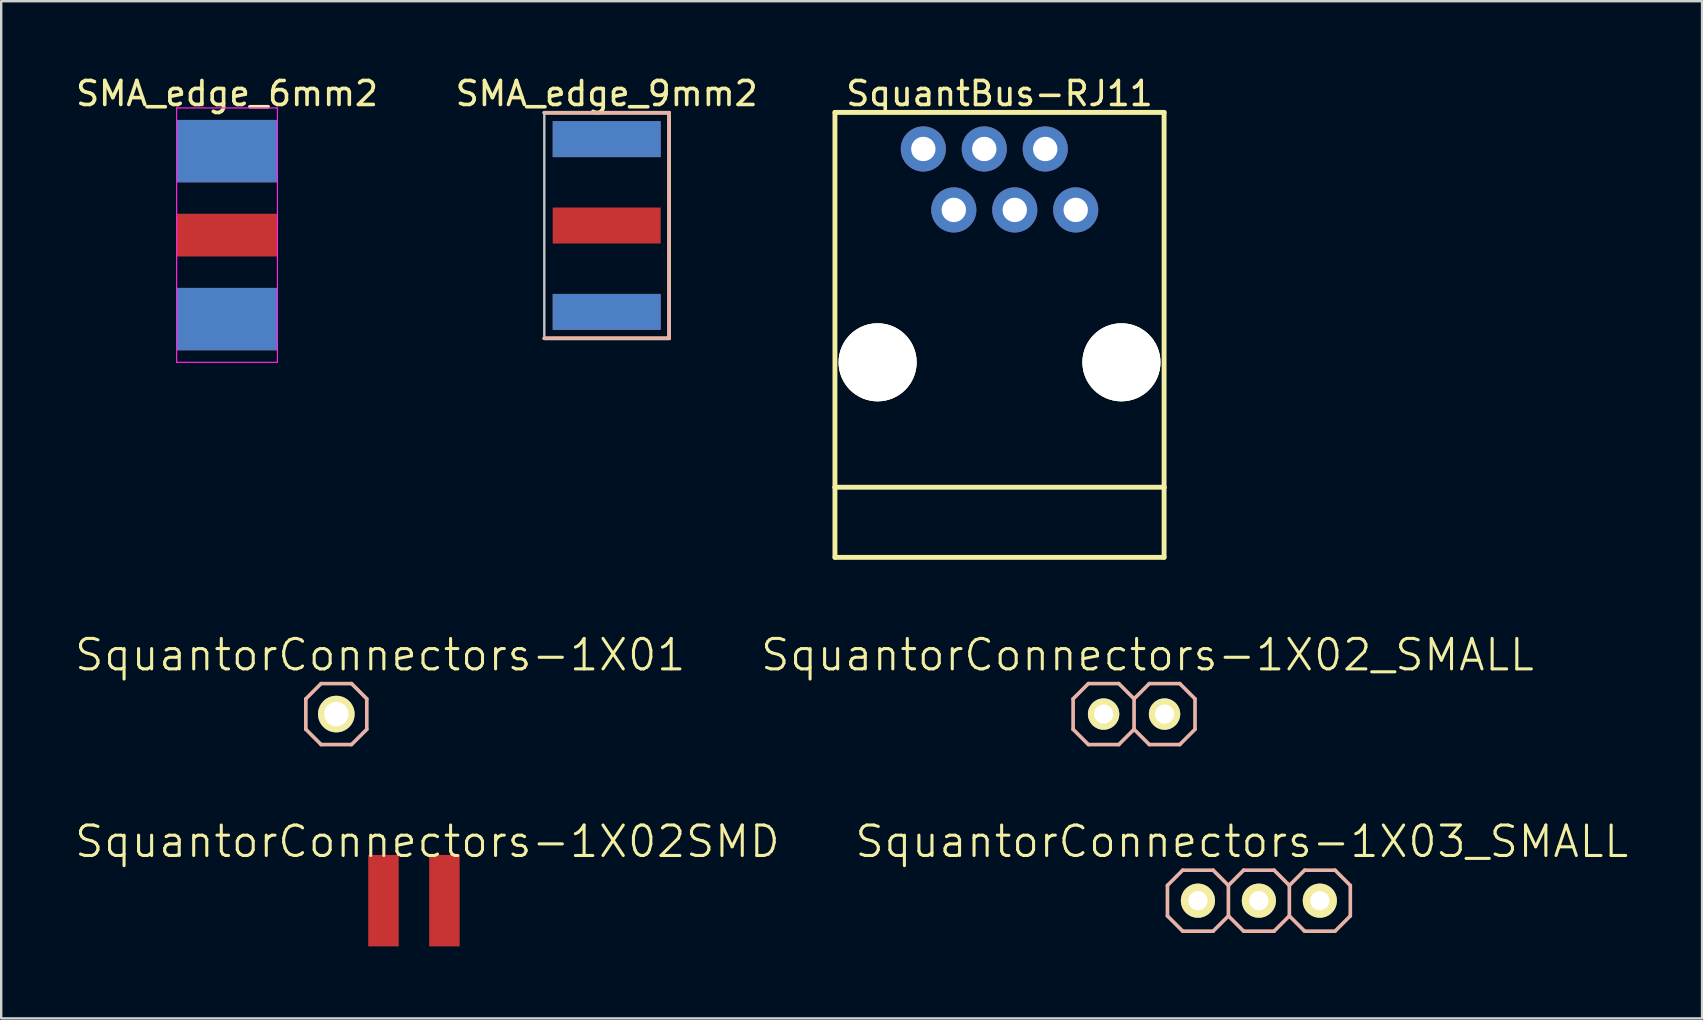
<source format=kicad_pcb>
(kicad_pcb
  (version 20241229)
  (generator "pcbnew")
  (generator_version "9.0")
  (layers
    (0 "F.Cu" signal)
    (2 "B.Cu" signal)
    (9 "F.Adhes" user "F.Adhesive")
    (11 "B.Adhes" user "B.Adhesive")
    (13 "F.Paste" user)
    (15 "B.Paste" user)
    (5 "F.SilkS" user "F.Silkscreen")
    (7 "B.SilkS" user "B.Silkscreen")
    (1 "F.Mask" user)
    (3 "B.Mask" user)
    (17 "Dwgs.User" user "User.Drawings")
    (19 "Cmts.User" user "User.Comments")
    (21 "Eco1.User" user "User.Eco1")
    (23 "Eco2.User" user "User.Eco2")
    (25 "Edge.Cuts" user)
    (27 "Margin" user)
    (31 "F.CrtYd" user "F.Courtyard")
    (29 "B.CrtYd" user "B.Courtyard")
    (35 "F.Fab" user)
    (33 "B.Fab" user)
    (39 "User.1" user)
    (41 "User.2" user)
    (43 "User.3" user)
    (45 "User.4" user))
  (footprint "SMA_edge_6mm2"
    (layer "F.Cu")
    (at 6.411 6.748)
    (property "Reference" "SMA_edge_6mm2" (at 0 -5.9 0) (layer "F.SilkS") (effects (font (size 1 1) (thickness 0.15))))
    (attr through_hole)
    (fp_line (start -2.1 -5.3) (end -2.1 5.3) (stroke (width 0.05) (type solid)) (layer "F.CrtYd"))
    (fp_line (start -2.1 5.3) (end 2.1 5.3) (stroke (width 0.05) (type solid)) (layer "F.CrtYd"))
    (fp_line (start 2.1 -5.3) (end -2.1 -5.3) (stroke (width 0.05) (type solid)) (layer "F.CrtYd"))
    (fp_line (start 2.1 5.3) (end 2.1 -5.3) (stroke (width 0.05) (type solid)) (layer "F.CrtYd"))
    (pad "1" smd rect (at 0 0) (size 4.19 1.78) (layers "F.Cu" "F.Mask" "F.Paste"))
    (pad "2" smd rect (at 0 -3.5) (size 4.19 2.6) (layers "F.Cu" "F.Mask" "F.Paste"))
    (pad "2" smd rect (at 0 -3.5) (size 4.19 2.6) (layers "B.Cu" "B.Mask" "B.Paste"))
    (pad "2" smd rect (at 0 3.5) (size 4.19 2.6) (layers "F.Cu" "F.Mask" "F.Paste"))
    (pad "2" smd rect (at 0 3.5) (size 4.19 2.6) (layers "B.Cu" "B.Mask" "B.Paste")))
  (footprint "SMA_edge_9mm2"
    (layer "F.Cu")
    (at 22.232 6.348)
    (property "Reference" "SMA_edge_9mm2" (at 0 -5.5 0) (layer "F.SilkS") (effects (font (size 1 1) (thickness 0.15))))
    (attr through_hole)
    (fp_line (start -2.6 -4.7) (end 2.6 -4.7) (stroke (width 0.15) (type solid)) (layer "F.SilkS"))
    (fp_line (start 2.6 -4.7) (end 2.6 4.7) (stroke (width 0.15) (type solid)) (layer "F.SilkS"))
    (fp_line (start 2.6 4.7) (end -2.6 4.7) (stroke (width 0.15) (type solid)) (layer "F.SilkS"))
    (fp_line (start -2.6 -4.7) (end 2.6 -4.7) (stroke (width 0.15) (type solid)) (layer "B.SilkS"))
    (fp_line (start 2.6 -4.7) (end 2.6 4.7) (stroke (width 0.15) (type solid)) (layer "B.SilkS"))
    (fp_line (start 2.6 4.7) (end -2.6 4.7) (stroke (width 0.15) (type solid)) (layer "B.SilkS"))
    (fp_line (start -2.6 -4.7) (end -2.6 4.6) (stroke (width 0.1) (type solid)) (layer "Dwgs.User"))
    (pad "1" smd rect (at 0 0) (size 4.5 1.5) (layers "F.Cu" "F.Mask" "F.Paste"))
    (pad "2" smd rect (at 0 -3.6) (size 4.5 1.5) (layers "F.Cu" "F.Mask" "F.Paste"))
    (pad "2" smd rect (at 0 -3.6) (size 4.5 1.5) (layers "B.Cu" "B.Mask" "B.Paste"))
    (pad "2" smd rect (at 0 3.6) (size 4.5 1.5) (layers "F.Cu" "F.Mask" "F.Paste"))
    (pad "2" smd rect (at 0 3.6) (size 4.5 1.5) (layers "B.Cu" "B.Mask" "B.Paste")))
  (footprint "SquantBus-RJ11"
    (layer "F.Cu")
    (at 38.602 12.048)
    (property "Reference" "SquantBus-RJ11" (at 0 -11.2 0) (layer "F.SilkS") (effects (font (size 1 1) (thickness 0.15))))
    (attr exclude_from_pos_files exclude_from_bom)
    (fp_line (start -6.858 -10.414) (end -6.858 5.207) (stroke (width 0.203) (type solid)) (layer "F.SilkS"))
    (fp_line (start -6.858 5.207) (end -6.858 8.128) (stroke (width 0.203) (type solid)) (layer "F.SilkS"))
    (fp_line (start -6.858 8.128) (end 6.858 8.128) (stroke (width 0.203) (type solid)) (layer "F.SilkS"))
    (fp_line (start 6.858 -10.414) (end -6.858 -10.414) (stroke (width 0.203) (type solid)) (layer "F.SilkS"))
    (fp_line (start 6.858 5.207) (end -6.858 5.207) (stroke (width 0.203) (type solid)) (layer "F.SilkS"))
    (fp_line (start 6.858 5.207) (end 6.858 -10.414) (stroke (width 0.203) (type solid)) (layer "F.SilkS"))
    (fp_line (start 6.858 8.128) (end 6.858 5.207) (stroke (width 0.203) (type solid)) (layer "F.SilkS"))
    (pad "1" thru_hole circle (at -3.175 -8.89) (size 1.88 1.88) (drill 1.016) (layers "*.Cu" "*.Mask"))
    (pad "2" thru_hole circle (at -1.905 -6.35) (size 1.88 1.88) (drill 1.016) (layers "*.Cu" "*.Mask"))
    (pad "3" thru_hole circle (at -0.635 -8.89) (size 1.88 1.88) (drill 1.016) (layers "*.Cu" "*.Mask"))
    (pad "4" thru_hole circle (at 0.635 -6.35) (size 1.88 1.88) (drill 1.016) (layers "*.Cu" "*.Mask"))
    (pad "5" thru_hole circle (at 1.905 -8.89) (size 1.88 1.88) (drill 1.016) (layers "*.Cu" "*.Mask"))
    (pad "6" thru_hole circle (at 3.175 -6.35) (size 1.88 1.88) (drill 1.016) (layers "*.Cu" "*.Mask"))
    (pad "MOUN" thru_hole circle (at -5.08 0) (size 3.251 3.251) (drill 3.251) (layers "*.Cu" "*.Mask" "F.SilkS"))
    (pad "MOUN" thru_hole circle (at 5.08 0) (size 3.251 3.251) (drill 3.251) (layers "*.Cu" "*.Mask" "F.SilkS")))
  (footprint "SquantorConnectors-1X03_SMALL"
    (layer "F.Cu")
    (at 49.41 34.483)
    (property "Reference" "SquantorConnectors-1X03_SMALL" (at -0.711 -2.464 0) (layer "F.SilkS") (effects (font (size 1.27 1.27) (thickness 0.127))))
    (attr exclude_from_pos_files exclude_from_bom)
    (fp_line (start -2.794 -0.254) (end -2.286 -0.254) (stroke (width 0.066) (type solid)) (layer "F.SilkS"))
    (fp_line (start -2.794 0.254) (end -2.794 -0.254) (stroke (width 0.066) (type solid)) (layer "F.SilkS"))
    (fp_line (start -2.794 0.254) (end -2.286 0.254) (stroke (width 0.066) (type solid)) (layer "F.SilkS"))
    (fp_line (start -2.286 0.254) (end -2.286 -0.254) (stroke (width 0.066) (type solid)) (layer "F.SilkS"))
    (fp_line (start -0.254 -0.254) (end 0.254 -0.254) (stroke (width 0.066) (type solid)) (layer "F.SilkS"))
    (fp_line (start -0.254 0.254) (end -0.254 -0.254) (stroke (width 0.066) (type solid)) (layer "F.SilkS"))
    (fp_line (start -0.254 0.254) (end 0.254 0.254) (stroke (width 0.066) (type solid)) (layer "F.SilkS"))
    (fp_line (start 0.254 0.254) (end 0.254 -0.254) (stroke (width 0.066) (type solid)) (layer "F.SilkS"))
    (fp_line (start 2.286 -0.254) (end 2.794 -0.254) (stroke (width 0.066) (type solid)) (layer "F.SilkS"))
    (fp_line (start 2.286 0.254) (end 2.286 -0.254) (stroke (width 0.066) (type solid)) (layer "F.SilkS"))
    (fp_line (start 2.286 0.254) (end 2.794 0.254) (stroke (width 0.066) (type solid)) (layer "F.SilkS"))
    (fp_line (start 2.794 0.254) (end 2.794 -0.254) (stroke (width 0.066) (type solid)) (layer "F.SilkS"))
    (fp_line (start -3.81 -0.635) (end -3.81 0.635) (stroke (width 0.152) (type solid)) (layer "B.SilkS"))
    (fp_line (start -3.81 0.635) (end -3.175 1.27) (stroke (width 0.152) (type solid)) (layer "B.SilkS"))
    (fp_line (start -3.175 -1.27) (end -3.81 -0.635) (stroke (width 0.152) (type solid)) (layer "B.SilkS"))
    (fp_line (start -3.175 -1.27) (end -1.905 -1.27) (stroke (width 0.152) (type solid)) (layer "B.SilkS"))
    (fp_line (start -1.905 -1.27) (end -1.27 -0.635) (stroke (width 0.152) (type solid)) (layer "B.SilkS"))
    (fp_line (start -1.905 1.27) (end -3.175 1.27) (stroke (width 0.152) (type solid)) (layer "B.SilkS"))
    (fp_line (start -1.27 -0.635) (end -1.27 0.635) (stroke (width 0.152) (type solid)) (layer "B.SilkS"))
    (fp_line (start -1.27 -0.635) (end -0.635 -1.27) (stroke (width 0.152) (type solid)) (layer "B.SilkS"))
    (fp_line (start -1.27 0.635) (end -1.905 1.27) (stroke (width 0.152) (type solid)) (layer "B.SilkS"))
    (fp_line (start -0.635 -1.27) (end 0.635 -1.27) (stroke (width 0.152) (type solid)) (layer "B.SilkS"))
    (fp_line (start -0.635 1.27) (end -1.27 0.635) (stroke (width 0.152) (type solid)) (layer "B.SilkS"))
    (fp_line (start 0.635 -1.27) (end 1.27 -0.635) (stroke (width 0.152) (type solid)) (layer "B.SilkS"))
    (fp_line (start 0.635 1.27) (end -0.635 1.27) (stroke (width 0.152) (type solid)) (layer "B.SilkS"))
    (fp_line (start 1.27 -0.635) (end 1.27 0.635) (stroke (width 0.152) (type solid)) (layer "B.SilkS"))
    (fp_line (start 1.27 -0.635) (end 1.905 -1.27) (stroke (width 0.152) (type solid)) (layer "B.SilkS"))
    (fp_line (start 1.27 0.635) (end 0.635 1.27) (stroke (width 0.152) (type solid)) (layer "B.SilkS"))
    (fp_line (start 1.905 -1.27) (end 3.175 -1.27) (stroke (width 0.152) (type solid)) (layer "B.SilkS"))
    (fp_line (start 1.905 1.27) (end 1.27 0.635) (stroke (width 0.152) (type solid)) (layer "B.SilkS"))
    (fp_line (start 3.175 -1.27) (end 3.81 -0.635) (stroke (width 0.152) (type solid)) (layer "B.SilkS"))
    (fp_line (start 3.175 1.27) (end 1.905 1.27) (stroke (width 0.152) (type solid)) (layer "B.SilkS"))
    (fp_line (start 3.81 -0.635) (end 3.81 0.635) (stroke (width 0.152) (type solid)) (layer "B.SilkS"))
    (fp_line (start 3.81 0.635) (end 3.175 1.27) (stroke (width 0.152) (type solid)) (layer "B.SilkS"))
    (pad "1" thru_hole circle (at -2.54 0) (size 1.422 1.422) (drill 0.798) (layers "*.Cu" "F.Mask" "F.SilkS" "F.Paste"))
    (pad "2" thru_hole circle (at 0 0) (size 1.422 1.422) (drill 0.798) (layers "*.Cu" "F.Mask" "F.SilkS" "F.Paste"))
    (pad "3" thru_hole circle (at 2.54 0) (size 1.422 1.422) (drill 0.798) (layers "*.Cu" "F.Mask" "F.SilkS" "F.Paste")))
  (footprint "SquantorConnectors-1X01"
    (layer "F.Cu")
    (at 10.965 26.707)
    (property "Reference" "SquantorConnectors-1X01" (at 1.829 -2.464 0) (layer "F.SilkS") (effects (font (size 1.27 1.27) (thickness 0.127))))
    (attr exclude_from_pos_files exclude_from_bom)
    (fp_line (start -0.254 -0.254) (end 0.254 -0.254) (stroke (width 0.066) (type solid)) (layer "F.SilkS"))
    (fp_line (start -0.254 0.254) (end -0.254 -0.254) (stroke (width 0.066) (type solid)) (layer "F.SilkS"))
    (fp_line (start -0.254 0.254) (end 0.254 0.254) (stroke (width 0.066) (type solid)) (layer "F.SilkS"))
    (fp_line (start 0.254 0.254) (end 0.254 -0.254) (stroke (width 0.066) (type solid)) (layer "F.SilkS"))
    (fp_line (start -1.27 -0.635) (end -1.27 0.635) (stroke (width 0.152) (type solid)) (layer "B.SilkS"))
    (fp_line (start -1.27 0.635) (end -0.635 1.27) (stroke (width 0.152) (type solid)) (layer "B.SilkS"))
    (fp_line (start -0.635 -1.27) (end -1.27 -0.635) (stroke (width 0.152) (type solid)) (layer "B.SilkS"))
    (fp_line (start -0.635 -1.27) (end 0.635 -1.27) (stroke (width 0.152) (type solid)) (layer "B.SilkS"))
    (fp_line (start 0.635 -1.27) (end 1.27 -0.635) (stroke (width 0.152) (type solid)) (layer "B.SilkS"))
    (fp_line (start 0.635 1.27) (end -0.635 1.27) (stroke (width 0.152) (type solid)) (layer "B.SilkS"))
    (fp_line (start 1.27 -0.635) (end 1.27 0.635) (stroke (width 0.152) (type solid)) (layer "B.SilkS"))
    (fp_line (start 1.27 0.635) (end 0.635 1.27) (stroke (width 0.152) (type solid)) (layer "B.SilkS"))
    (pad "1" thru_hole circle (at 0 0) (size 1.524 1.524) (drill 1.016) (layers "*.Cu" "F.Mask" "F.SilkS" "F.Paste")))
  (footprint "SquantorConnectors-1X02_SMALL"
    (layer "F.Cu")
    (at 44.209 26.707)
    (property "Reference" "SquantorConnectors-1X02_SMALL" (at 0.559 -2.464 0) (layer "F.SilkS") (effects (font (size 1.27 1.27) (thickness 0.127))))
    (attr exclude_from_pos_files exclude_from_bom)
    (fp_line (start -1.524 -0.254) (end -1.016 -0.254) (stroke (width 0.066) (type solid)) (layer "F.SilkS"))
    (fp_line (start -1.524 0.254) (end -1.524 -0.254) (stroke (width 0.066) (type solid)) (layer "F.SilkS"))
    (fp_line (start -1.524 0.254) (end -1.016 0.254) (stroke (width 0.066) (type solid)) (layer "F.SilkS"))
    (fp_line (start -1.016 0.254) (end -1.016 -0.254) (stroke (width 0.066) (type solid)) (layer "F.SilkS"))
    (fp_line (start 1.016 -0.254) (end 1.524 -0.254) (stroke (width 0.066) (type solid)) (layer "F.SilkS"))
    (fp_line (start 1.016 0.254) (end 1.016 -0.254) (stroke (width 0.066) (type solid)) (layer "F.SilkS"))
    (fp_line (start 1.016 0.254) (end 1.524 0.254) (stroke (width 0.066) (type solid)) (layer "F.SilkS"))
    (fp_line (start 1.524 0.254) (end 1.524 -0.254) (stroke (width 0.066) (type solid)) (layer "F.SilkS"))
    (fp_line (start -2.54 -0.635) (end -2.54 0.635) (stroke (width 0.152) (type solid)) (layer "B.SilkS"))
    (fp_line (start -2.54 0.635) (end -1.905 1.27) (stroke (width 0.152) (type solid)) (layer "B.SilkS"))
    (fp_line (start -1.905 -1.27) (end -2.54 -0.635) (stroke (width 0.152) (type solid)) (layer "B.SilkS"))
    (fp_line (start -1.905 -1.27) (end -0.635 -1.27) (stroke (width 0.152) (type solid)) (layer "B.SilkS"))
    (fp_line (start -0.635 -1.27) (end 0 -0.635) (stroke (width 0.152) (type solid)) (layer "B.SilkS"))
    (fp_line (start -0.635 1.27) (end -1.905 1.27) (stroke (width 0.152) (type solid)) (layer "B.SilkS"))
    (fp_line (start 0 -0.635) (end 0 0.635) (stroke (width 0.152) (type solid)) (layer "B.SilkS"))
    (fp_line (start 0 -0.635) (end 0.635 -1.27) (stroke (width 0.152) (type solid)) (layer "B.SilkS"))
    (fp_line (start 0 0.635) (end -0.635 1.27) (stroke (width 0.152) (type solid)) (layer "B.SilkS"))
    (fp_line (start 0.635 -1.27) (end 1.905 -1.27) (stroke (width 0.152) (type solid)) (layer "B.SilkS"))
    (fp_line (start 0.635 1.27) (end 0 0.635) (stroke (width 0.152) (type solid)) (layer "B.SilkS"))
    (fp_line (start 1.905 -1.27) (end 2.54 -0.635) (stroke (width 0.152) (type solid)) (layer "B.SilkS"))
    (fp_line (start 1.905 1.27) (end 0.635 1.27) (stroke (width 0.152) (type solid)) (layer "B.SilkS"))
    (fp_line (start 2.54 -0.635) (end 2.54 0.635) (stroke (width 0.152) (type solid)) (layer "B.SilkS"))
    (fp_line (start 2.54 0.635) (end 1.905 1.27) (stroke (width 0.152) (type solid)) (layer "B.SilkS"))
    (pad "1" thru_hole circle (at -1.27 0) (size 1.306 1.306) (drill 0.798) (layers "*.Cu" "F.Mask" "F.SilkS" "F.Paste"))
    (pad "2" thru_hole circle (at 1.27 0) (size 1.306 1.306) (drill 0.798) (layers "*.Cu" "F.Mask" "F.SilkS" "F.Paste")))
  (footprint "SquantorConnectors-1X02SMD"
    (layer "F.Cu")
    (at 14.2 34.483)
    (property "Reference" "SquantorConnectors-1X02SMD" (at 0.559 -2.464 0) (layer "F.SilkS") (effects (font (size 1.27 1.27) (thickness 0.127))))
    (attr smd)
    (pad "1" smd rect (at -1.27 0 90) (size 3.81 1.27) (layers "F.Cu" "F.Mask" "F.Paste"))
    (pad "2" smd rect (at 1.27 0 90) (size 3.81 1.27) (layers "F.Cu" "F.Mask" "F.Paste")))
  (gr_rect
    (start -3 -3)
    (end 67.879 39.388)
    (stroke (width 0.1) (type default))
    (fill no)
    (layer "Edge.Cuts")))
</source>
